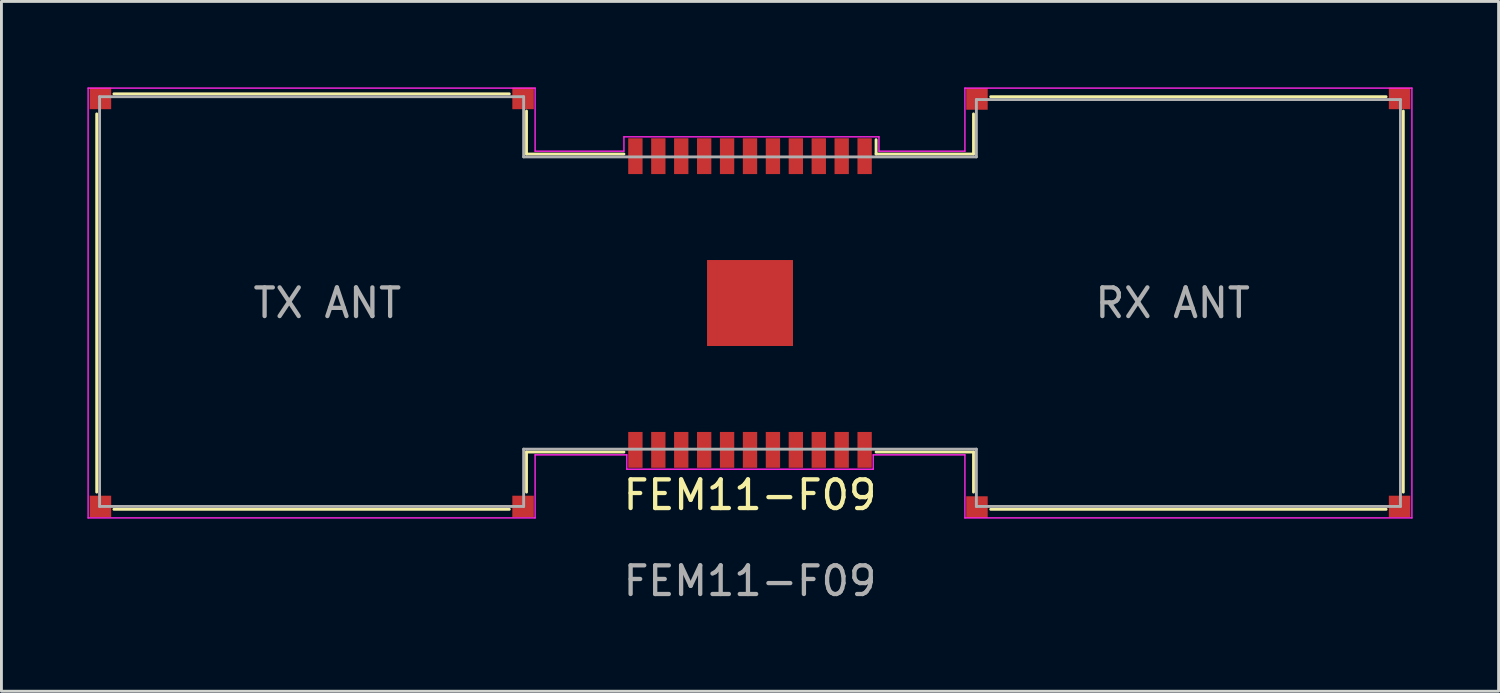
<source format=kicad_pcb>
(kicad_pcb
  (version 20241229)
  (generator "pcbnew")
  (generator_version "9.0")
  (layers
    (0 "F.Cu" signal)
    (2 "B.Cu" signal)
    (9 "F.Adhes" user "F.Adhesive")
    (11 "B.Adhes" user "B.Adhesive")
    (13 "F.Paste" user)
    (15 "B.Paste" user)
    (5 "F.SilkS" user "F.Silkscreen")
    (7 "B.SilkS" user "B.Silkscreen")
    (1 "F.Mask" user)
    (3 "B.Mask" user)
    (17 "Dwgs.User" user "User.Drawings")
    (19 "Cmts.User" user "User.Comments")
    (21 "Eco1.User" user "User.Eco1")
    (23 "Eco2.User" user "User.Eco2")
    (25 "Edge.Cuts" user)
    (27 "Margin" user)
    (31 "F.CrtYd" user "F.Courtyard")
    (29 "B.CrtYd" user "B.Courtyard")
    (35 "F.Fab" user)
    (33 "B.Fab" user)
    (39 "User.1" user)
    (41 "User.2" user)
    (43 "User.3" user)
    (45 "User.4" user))
  (footprint "FEM11-F09"
    (layer "F.Cu")
    (at 23.125 7.525)
    (property "Reference" "FEM11-F09" (at 0 6.7 0) (unlocked yes) (layer "F.SilkS") (effects (font (size 1 1) (thickness 0.15))))
    (attr smd)
    (fp_line (start -22.8 6.6) (end -22.8 -6.6) (stroke (width 0.1) (type default)) (layer "F.SilkS"))
    (fp_line (start -22.2 -7.3) (end -8.4 -7.3) (stroke (width 0.1) (type default)) (layer "F.SilkS"))
    (fp_line (start -8.4 7.2) (end -22.2 7.2) (stroke (width 0.1) (type default)) (layer "F.SilkS"))
    (fp_line (start -7.8 -6.7) (end -7.8 -5.2) (stroke (width 0.1) (type default)) (layer "F.SilkS"))
    (fp_line (start -7.8 -5.2) (end -4.4 -5.2) (stroke (width 0.1) (type default)) (layer "F.SilkS"))
    (fp_line (start -7.8 5.2) (end -7.8 6.6) (stroke (width 0.1) (type default)) (layer "F.SilkS"))
    (fp_line (start -4.4 5.2) (end -7.8 5.2) (stroke (width 0.1) (type default)) (layer "F.SilkS"))
    (fp_line (start 4.4 -5.2) (end 4.4 -5.7) (stroke (width 0.1) (type default)) (layer "F.SilkS"))
    (fp_line (start 4.4 -5.2) (end 7.8 -5.2) (stroke (width 0.1) (type default)) (layer "F.SilkS"))
    (fp_line (start 7.8 -5.2) (end 7.8 -6.6) (stroke (width 0.1) (type default)) (layer "F.SilkS"))
    (fp_line (start 7.8 5.2) (end 4.4 5.2) (stroke (width 0.1) (type default)) (layer "F.SilkS"))
    (fp_line (start 7.8 6.6) (end 7.8 5.2) (stroke (width 0.1) (type default)) (layer "F.SilkS"))
    (fp_line (start 8.4 -7.2) (end 22.2 -7.2) (stroke (width 0.1) (type default)) (layer "F.SilkS"))
    (fp_line (start 22.2 7.2) (end 8.4 7.2) (stroke (width 0.1) (type default)) (layer "F.SilkS"))
    (fp_line (start 22.8 -6.7) (end 22.8 6.6) (stroke (width 0.1) (type default)) (layer "F.SilkS"))
    (fp_line (start -23.1 -7.5) (end -7.5 -7.5) (stroke (width 0.05) (type default)) (layer "F.CrtYd"))
    (fp_line (start -23.1 7.5) (end -23.1 -7.5) (stroke (width 0.05) (type default)) (layer "F.CrtYd"))
    (fp_line (start -7.5 -7.5) (end -7.5 -5.3) (stroke (width 0.05) (type default)) (layer "F.CrtYd"))
    (fp_line (start -7.5 -5.3) (end -4.4 -5.3) (stroke (width 0.05) (type default)) (layer "F.CrtYd"))
    (fp_line (start -7.5 5.3) (end -7.5 7.5) (stroke (width 0.05) (type default)) (layer "F.CrtYd"))
    (fp_line (start -7.5 7.5) (end -23.1 7.5) (stroke (width 0.05) (type default)) (layer "F.CrtYd"))
    (fp_line (start -4.4 -5.8) (end 4.5 -5.8) (stroke (width 0.05) (type default)) (layer "F.CrtYd"))
    (fp_line (start -4.4 -5.3) (end -4.4 -5.8) (stroke (width 0.05) (type default)) (layer "F.CrtYd"))
    (fp_line (start -4.3 5.3) (end -7.5 5.3) (stroke (width 0.05) (type default)) (layer "F.CrtYd"))
    (fp_line (start -4.3 5.8) (end -4.3 5.3) (stroke (width 0.05) (type default)) (layer "F.CrtYd"))
    (fp_line (start 4.3 5.3) (end 4.3 5.8) (stroke (width 0.05) (type default)) (layer "F.CrtYd"))
    (fp_line (start 4.3 5.8) (end -4.3 5.8) (stroke (width 0.05) (type default)) (layer "F.CrtYd"))
    (fp_line (start 4.5 -5.8) (end 4.5 -5.3) (stroke (width 0.05) (type default)) (layer "F.CrtYd"))
    (fp_line (start 4.5 -5.3) (end 7.5 -5.3) (stroke (width 0.05) (type default)) (layer "F.CrtYd"))
    (fp_line (start 7.5 -7.5) (end 23.1 -7.5) (stroke (width 0.05) (type default)) (layer "F.CrtYd"))
    (fp_line (start 7.5 -5.3) (end 7.5 -7.5) (stroke (width 0.05) (type default)) (layer "F.CrtYd"))
    (fp_line (start 7.5 5.3) (end 4.3 5.3) (stroke (width 0.05) (type default)) (layer "F.CrtYd"))
    (fp_line (start 7.5 7.5) (end 7.5 5.3) (stroke (width 0.05) (type default)) (layer "F.CrtYd"))
    (fp_line (start 23.1 -7.5) (end 23.1 7.5) (stroke (width 0.05) (type default)) (layer "F.CrtYd"))
    (fp_line (start 23.1 7.5) (end 7.5 7.5) (stroke (width 0.05) (type default)) (layer "F.CrtYd"))
    (fp_line (start -22.7 -7.2) (end -7.9 -7.2) (stroke (width 0.1) (type default)) (layer "F.Fab"))
    (fp_line (start -22.7 7.1) (end -22.7 -7.2) (stroke (width 0.1) (type default)) (layer "F.Fab"))
    (fp_line (start -7.9 -7.2) (end -7.9 -5.1) (stroke (width 0.1) (type default)) (layer "F.Fab"))
    (fp_line (start -7.9 -5.1) (end 7.9 -5.1) (stroke (width 0.1) (type default)) (layer "F.Fab"))
    (fp_line (start -7.9 5.1) (end -7.9 7.1) (stroke (width 0.1) (type default)) (layer "F.Fab"))
    (fp_line (start -7.9 7.1) (end -22.7 7.1) (stroke (width 0.1) (type default)) (layer "F.Fab"))
    (fp_line (start 7.9 -7.1) (end 22.7 -7.1) (stroke (width 0.1) (type default)) (layer "F.Fab"))
    (fp_line (start 7.9 -5.1) (end 7.9 -7.1) (stroke (width 0.1) (type default)) (layer "F.Fab"))
    (fp_line (start 7.9 5.1) (end -7.9 5.1) (stroke (width 0.1) (type default)) (layer "F.Fab"))
    (fp_line (start 7.9 7.1) (end 7.9 5.1) (stroke (width 0.1) (type default)) (layer "F.Fab"))
    (fp_line (start 22.7 -7.1) (end 22.7 7.1) (stroke (width 0.1) (type default)) (layer "F.Fab"))
    (fp_line (start 22.7 7.1) (end 7.9 7.1) (stroke (width 0.1) (type default)) (layer "F.Fab"))
    (fp_text user "${REFERENCE}" (at 0 9.7 0) (unlocked yes) (layer "F.Fab") (effects (font (size 1 1) (thickness 0.15))))
    (fp_text user "RX ANT" (at 14.75 0 0) (unlocked yes) (layer "F.Fab") (effects (font (size 1 1) (thickness 0.15))))
    (fp_text user "TX ANT" (at -14.75 0 0) (unlocked yes) (layer "F.Fab") (effects (font (size 1 1) (thickness 0.15))))
    (pad "0" smd rect (at -22.67 -7.14) (size 0.75 0.75) (layers "F.Cu" "F.Mask" "F.Paste"))
    (pad "0" smd rect (at -22.67 7.1) (size 0.75 0.75) (layers "F.Cu" "F.Mask" "F.Paste"))
    (pad "0" smd rect (at -7.92 -7.14) (size 0.75 0.75) (layers "F.Cu" "F.Mask" "F.Paste"))
    (pad "0" smd rect (at -7.92 7.1) (size 0.75 0.75) (layers "F.Cu" "F.Mask" "F.Paste"))
    (pad "0" smd rect (at 0 0) (size 3 3) (layers "F.Cu" "F.Mask" "F.Paste"))
    (pad "0" smd rect (at 7.92 -7.12) (size 0.75 0.75) (layers "F.Cu" "F.Mask" "F.Paste"))
    (pad "0" smd rect (at 7.92 7.12) (size 0.75 0.75) (layers "F.Cu" "F.Mask" "F.Paste"))
    (pad "0" smd rect (at 22.67 -7.14) (size 0.75 0.75) (layers "F.Cu" "F.Mask" "F.Paste"))
    (pad "0" smd rect (at 22.67 7.1) (size 0.75 0.75) (layers "F.Cu" "F.Mask" "F.Paste"))
    (pad "1" smd rect (at 4 -5.125) (size 0.5 1.25) (layers "F.Cu" "F.Mask" "F.Paste"))
    (pad "2" smd rect (at 3.2 -5.125) (size 0.5 1.25) (layers "F.Cu" "F.Mask" "F.Paste"))
    (pad "3" smd rect (at 2.4 -5.125) (size 0.5 1.25) (layers "F.Cu" "F.Mask" "F.Paste"))
    (pad "4" smd rect (at 1.6 -5.125) (size 0.5 1.25) (layers "F.Cu" "F.Mask" "F.Paste"))
    (pad "5" smd rect (at 0.8 -5.125) (size 0.5 1.25) (layers "F.Cu" "F.Mask" "F.Paste"))
    (pad "6" smd rect (at 0 -5.125) (size 0.5 1.25) (layers "F.Cu" "F.Mask" "F.Paste"))
    (pad "7" smd rect (at -0.8 -5.125) (size 0.5 1.25) (layers "F.Cu" "F.Mask" "F.Paste"))
    (pad "8" smd rect (at -1.6 -5.125) (size 0.5 1.25) (layers "F.Cu" "F.Mask" "F.Paste"))
    (pad "9" smd rect (at -2.4 -5.125) (size 0.5 1.25) (layers "F.Cu" "F.Mask" "F.Paste"))
    (pad "10" smd rect (at -3.2 -5.125) (size 0.5 1.25) (layers "F.Cu" "F.Mask" "F.Paste"))
    (pad "11" smd rect (at -4 -5.125) (size 0.5 1.25) (layers "F.Cu" "F.Mask" "F.Paste"))
    (pad "12" smd rect (at -4 5.125) (size 0.5 1.25) (layers "F.Cu" "F.Mask" "F.Paste"))
    (pad "13" smd rect (at -3.2 5.125) (size 0.5 1.25) (layers "F.Cu" "F.Mask" "F.Paste"))
    (pad "14" smd rect (at -2.4 5.125) (size 0.5 1.25) (layers "F.Cu" "F.Mask" "F.Paste"))
    (pad "15" smd rect (at -1.6 5.125) (size 0.5 1.25) (layers "F.Cu" "F.Mask" "F.Paste"))
    (pad "16" smd rect (at -0.8 5.125) (size 0.5 1.25) (layers "F.Cu" "F.Mask" "F.Paste"))
    (pad "17" smd rect (at 0 5.125) (size 0.5 1.25) (layers "F.Cu" "F.Mask" "F.Paste"))
    (pad "18" smd rect (at 0.8 5.125) (size 0.5 1.25) (layers "F.Cu" "F.Mask" "F.Paste"))
    (pad "19" smd rect (at 1.6 5.125) (size 0.5 1.25) (layers "F.Cu" "F.Mask" "F.Paste"))
    (pad "20" smd rect (at 2.4 5.125) (size 0.5 1.25) (layers "F.Cu" "F.Mask" "F.Paste"))
    (pad "21" smd rect (at 3.2 5.125) (size 0.5 1.25) (layers "F.Cu" "F.Mask" "F.Paste"))
    (pad "22" smd rect (at 4 5.125) (size 0.5 1.25) (layers "F.Cu" "F.Mask" "F.Paste"))
    (zone (net_name "") (layers "F.Cu" "B.Cu") (hatch edge 0.5) (connect_pads) (min_thickness 0.25) (filled_areas_thickness no) (keepout (tracks allowed) (vias allowed) (pads allowed) (copperpour allowed) (footprints allowed)) (placement (enabled no)) (fill) (polygon (pts (xy 31.42 0.78) (xy 31.42 0.405) (xy 45.42 0.385) (xy 45.42 0.76) (xy 45.795 0.76) (xy 45.795 14.25) (xy 45.42 14.25) (xy 45.42 14.625) (xy 31.42 14.645) (xy 31.42 14.27) (xy 31.045 14.27) (xy 31.045 12.645) (xy 27.375 12.65) (xy 27.375 12.025) (xy 18.875 12.025) (xy 18.875 12.65) (xy 15.205 12.645) (xy 15.205 14.25) (xy 14.83 14.25) (xy 14.83 14.625) (xy 0.83 14.625) (xy 0.83 14.25) (xy 0.455 14.25) (xy 0.455 0.76) (xy 0.83 0.76) (xy 0.83 0.385) (xy 14.83 0.385) (xy 14.83 0.76) (xy 15.205 0.76) (xy 15.205 2.425) (xy 18.875 2.4) (xy 18.875 3.025) (xy 27.375 3.025) (xy 27.375 2.4) (xy 31.045 2.405) (xy 31.045 0.78)))))
  (gr_rect
    (start -3 -3)
    (end 49.25 21.073)
    (stroke (width 0.1) (type default))
    (fill no)
    (layer "Edge.Cuts")))
</source>
